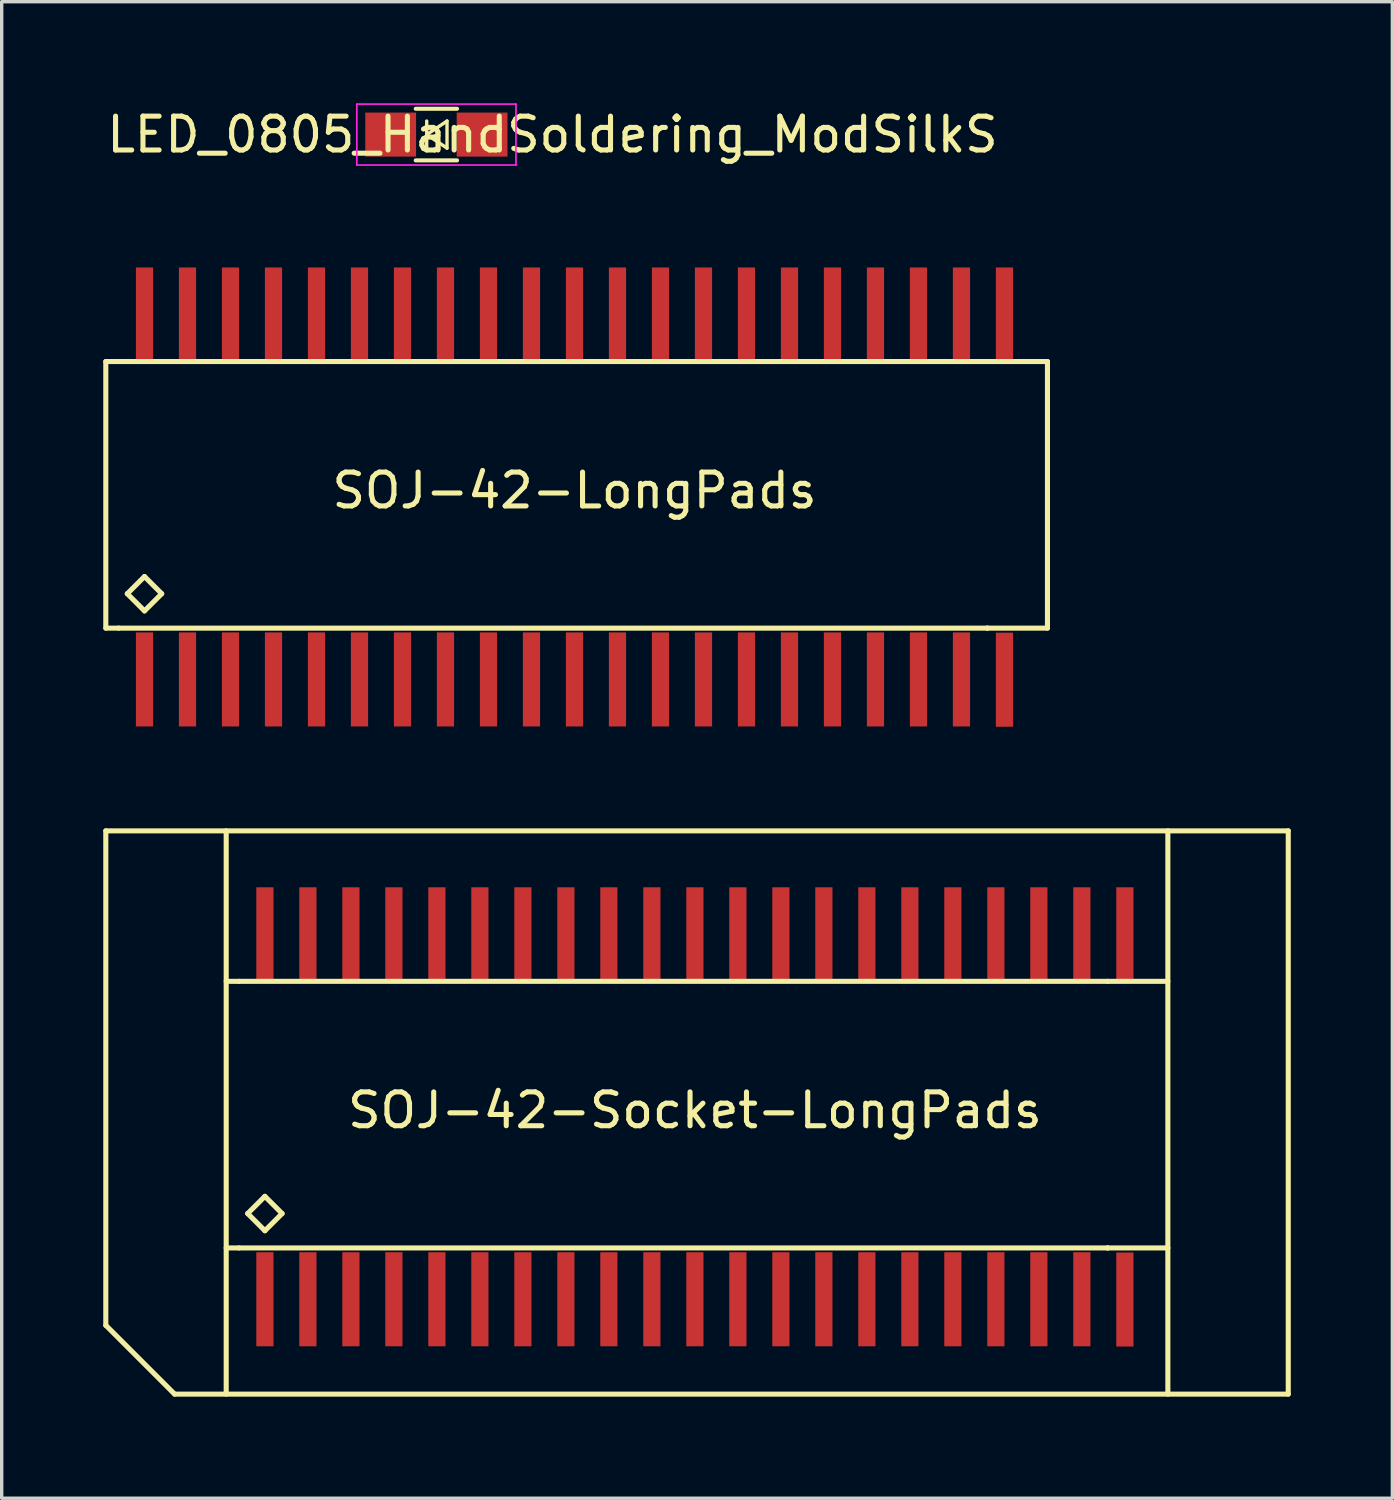
<source format=kicad_pcb>
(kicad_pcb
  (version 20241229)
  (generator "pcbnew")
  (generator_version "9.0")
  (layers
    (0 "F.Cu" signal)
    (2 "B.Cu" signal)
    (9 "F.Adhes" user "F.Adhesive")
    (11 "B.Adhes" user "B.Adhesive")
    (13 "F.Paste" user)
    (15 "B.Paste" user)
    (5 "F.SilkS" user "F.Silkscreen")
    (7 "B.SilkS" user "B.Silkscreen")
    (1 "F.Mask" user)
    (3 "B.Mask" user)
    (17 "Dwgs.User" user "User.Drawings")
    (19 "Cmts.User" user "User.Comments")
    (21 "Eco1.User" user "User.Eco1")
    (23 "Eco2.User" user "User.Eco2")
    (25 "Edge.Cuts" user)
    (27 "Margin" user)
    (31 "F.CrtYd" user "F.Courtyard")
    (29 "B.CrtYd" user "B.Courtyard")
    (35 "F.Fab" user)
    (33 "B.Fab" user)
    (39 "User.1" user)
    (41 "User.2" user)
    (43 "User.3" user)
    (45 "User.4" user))
  (footprint "SOJ-42-Socket-LongPads"
    (layer "F.Cu")
    (at 17.474 29.745)
    (property "Reference" "SOJ-42-Socket-LongPads" (at 0 0 180) (layer "F.SilkS") (effects (font (size 1 1) (thickness 0.15))))
    (attr smd)
    (fp_line (start -17.399 6.35) (end -17.399 -8.255) (stroke (width 0.15) (type solid)) (layer "F.SilkS"))
    (fp_line (start -15.367 8.382) (end -17.399 6.35) (stroke (width 0.15) (type solid)) (layer "F.SilkS"))
    (fp_line (start -13.843 8.382) (end -13.843 -8.255) (stroke (width 0.15) (type solid)) (layer "F.SilkS"))
    (fp_line (start -13.462 -3.81) (end -13.843 -3.81) (stroke (width 0.15) (type solid)) (layer "F.SilkS"))
    (fp_line (start -13.462 -3.81) (end 12.192 -3.81) (stroke (width 0.15) (type solid)) (layer "F.SilkS"))
    (fp_line (start -13.462 4.064) (end -13.843 4.064) (stroke (width 0.15) (type solid)) (layer "F.SilkS"))
    (fp_line (start -13.208 3.048) (end -12.7 2.54) (stroke (width 0.15) (type solid)) (layer "F.SilkS"))
    (fp_line (start -12.7 2.54) (end -12.192 3.048) (stroke (width 0.15) (type solid)) (layer "F.SilkS"))
    (fp_line (start -12.7 3.556) (end -13.208 3.048) (stroke (width 0.15) (type solid)) (layer "F.SilkS"))
    (fp_line (start -12.192 3.048) (end -12.7 3.556) (stroke (width 0.15) (type solid)) (layer "F.SilkS"))
    (fp_line (start 12.192 -3.81) (end 13.97 -3.81) (stroke (width 0.15) (type solid)) (layer "F.SilkS"))
    (fp_line (start 12.192 4.064) (end -13.462 4.064) (stroke (width 0.15) (type solid)) (layer "F.SilkS"))
    (fp_line (start 12.192 4.064) (end 12.192 4.064) (stroke (width 0.15) (type solid)) (layer "F.SilkS"))
    (fp_line (start 12.192 4.064) (end 13.97 4.064) (stroke (width 0.15) (type solid)) (layer "F.SilkS"))
    (fp_line (start 13.97 8.382) (end 13.97 -8.255) (stroke (width 0.15) (type solid)) (layer "F.SilkS"))
    (fp_line (start 17.526 -8.255) (end -17.399 -8.255) (stroke (width 0.15) (type solid)) (layer "F.SilkS"))
    (fp_line (start 17.526 -8.255) (end 17.526 8.382) (stroke (width 0.15) (type solid)) (layer "F.SilkS"))
    (fp_line (start 17.526 8.382) (end -15.367 8.382) (stroke (width 0.15) (type solid)) (layer "F.SilkS"))
    (pad "1" smd rect (at -12.7 5.58) (size 0.508 2.778) (layers "F.Cu" "F.Mask" "F.Paste"))
    (pad "2" smd rect (at -11.43 5.58) (size 0.508 2.778) (layers "F.Cu" "F.Mask" "F.Paste"))
    (pad "3" smd rect (at -10.16 5.58) (size 0.508 2.778) (layers "F.Cu" "F.Mask" "F.Paste"))
    (pad "4" smd rect (at -8.89 5.58) (size 0.508 2.778) (layers "F.Cu" "F.Mask" "F.Paste"))
    (pad "5" smd rect (at -7.62 5.58) (size 0.508 2.778) (layers "F.Cu" "F.Mask" "F.Paste"))
    (pad "6" smd rect (at -6.35 5.58) (size 0.508 2.778) (layers "F.Cu" "F.Mask" "F.Paste"))
    (pad "7" smd rect (at -5.08 5.58) (size 0.508 2.778) (layers "F.Cu" "F.Mask" "F.Paste"))
    (pad "8" smd rect (at -3.81 5.58) (size 0.508 2.778) (layers "F.Cu" "F.Mask" "F.Paste"))
    (pad "9" smd rect (at -2.54 5.58) (size 0.508 2.778) (layers "F.Cu" "F.Mask" "F.Paste"))
    (pad "10" smd rect (at -1.27 5.58) (size 0.508 2.778) (layers "F.Cu" "F.Mask" "F.Paste"))
    (pad "11" smd rect (at 0 5.58) (size 0.508 2.778) (layers "F.Cu" "F.Mask" "F.Paste"))
    (pad "12" smd rect (at 1.27 5.58) (size 0.508 2.778) (layers "F.Cu" "F.Mask" "F.Paste"))
    (pad "13" smd rect (at 2.54 5.58) (size 0.508 2.778) (layers "F.Cu" "F.Mask" "F.Paste"))
    (pad "14" smd rect (at 3.81 5.58) (size 0.508 2.778) (layers "F.Cu" "F.Mask" "F.Paste"))
    (pad "15" smd rect (at 5.08 5.58) (size 0.508 2.778) (layers "F.Cu" "F.Mask" "F.Paste"))
    (pad "16" smd rect (at 6.35 5.58) (size 0.508 2.778) (layers "F.Cu" "F.Mask" "F.Paste"))
    (pad "17" smd rect (at 7.62 5.58) (size 0.508 2.778) (layers "F.Cu" "F.Mask" "F.Paste"))
    (pad "18" smd rect (at 8.89 5.58) (size 0.508 2.778) (layers "F.Cu" "F.Mask" "F.Paste"))
    (pad "19" smd rect (at 10.16 5.58) (size 0.508 2.778) (layers "F.Cu" "F.Mask" "F.Paste"))
    (pad "20" smd rect (at 11.43 5.58) (size 0.508 2.778) (layers "F.Cu" "F.Mask" "F.Paste"))
    (pad "21" smd rect (at 12.7 5.588) (size 0.508 2.778) (layers "F.Cu" "F.Mask" "F.Paste"))
    (pad "22" smd rect (at 12.7 -5.199) (size 0.508 2.778) (layers "F.Cu" "F.Mask" "F.Paste"))
    (pad "23" smd rect (at 11.43 -5.199) (size 0.508 2.778) (layers "F.Cu" "F.Mask" "F.Paste"))
    (pad "24" smd rect (at 10.16 -5.199) (size 0.508 2.778) (layers "F.Cu" "F.Mask" "F.Paste"))
    (pad "25" smd rect (at 8.89 -5.199) (size 0.508 2.778) (layers "F.Cu" "F.Mask" "F.Paste"))
    (pad "26" smd rect (at 7.62 -5.199) (size 0.508 2.778) (layers "F.Cu" "F.Mask" "F.Paste"))
    (pad "27" smd rect (at 6.35 -5.199) (size 0.508 2.778) (layers "F.Cu" "F.Mask" "F.Paste"))
    (pad "28" smd rect (at 5.08 -5.199) (size 0.508 2.778) (layers "F.Cu" "F.Mask" "F.Paste"))
    (pad "29" smd rect (at 3.81 -5.199) (size 0.508 2.778) (layers "F.Cu" "F.Mask" "F.Paste"))
    (pad "30" smd rect (at 2.54 -5.199) (size 0.508 2.778) (layers "F.Cu" "F.Mask" "F.Paste"))
    (pad "31" smd rect (at 1.27 -5.199) (size 0.508 2.778) (layers "F.Cu" "F.Mask" "F.Paste"))
    (pad "32" smd rect (at 0 -5.199) (size 0.508 2.778) (layers "F.Cu" "F.Mask" "F.Paste"))
    (pad "33" smd rect (at -1.27 -5.199) (size 0.508 2.778) (layers "F.Cu" "F.Mask" "F.Paste"))
    (pad "34" smd rect (at -2.54 -5.199) (size 0.508 2.778) (layers "F.Cu" "F.Mask" "F.Paste"))
    (pad "35" smd rect (at -3.81 -5.199) (size 0.508 2.778) (layers "F.Cu" "F.Mask" "F.Paste"))
    (pad "36" smd rect (at -5.08 -5.199) (size 0.508 2.778) (layers "F.Cu" "F.Mask" "F.Paste"))
    (pad "37" smd rect (at -6.35 -5.199) (size 0.508 2.778) (layers "F.Cu" "F.Mask" "F.Paste"))
    (pad "38" smd rect (at -7.62 -5.199) (size 0.508 2.778) (layers "F.Cu" "F.Mask" "F.Paste"))
    (pad "39" smd rect (at -8.89 -5.199) (size 0.508 2.778) (layers "F.Cu" "F.Mask" "F.Paste"))
    (pad "40" smd rect (at -10.16 -5.199) (size 0.508 2.778) (layers "F.Cu" "F.Mask" "F.Paste"))
    (pad "41" smd rect (at -11.43 -5.199) (size 0.508 2.778) (layers "F.Cu" "F.Mask" "F.Paste"))
    (pad "42" smd rect (at -12.7 -5.199) (size 0.508 2.778) (layers "F.Cu" "F.Mask" "F.Paste")))
  (footprint "SOJ-42-LongPads"
    (layer "F.Cu")
    (at 13.918 11.438)
    (property "Reference" "SOJ-42-LongPads" (at 0 0 180) (layer "F.SilkS") (effects (font (size 1 1) (thickness 0.15))))
    (attr smd)
    (fp_line (start -13.843 4.064) (end -13.843 -3.81) (stroke (width 0.15) (type solid)) (layer "F.SilkS"))
    (fp_line (start -13.462 -3.81) (end -13.843 -3.81) (stroke (width 0.15) (type solid)) (layer "F.SilkS"))
    (fp_line (start -13.462 -3.81) (end 12.192 -3.81) (stroke (width 0.15) (type solid)) (layer "F.SilkS"))
    (fp_line (start -13.462 4.064) (end -13.843 4.064) (stroke (width 0.15) (type solid)) (layer "F.SilkS"))
    (fp_line (start -13.208 3.048) (end -12.7 2.54) (stroke (width 0.15) (type solid)) (layer "F.SilkS"))
    (fp_line (start -12.7 2.54) (end -12.192 3.048) (stroke (width 0.15) (type solid)) (layer "F.SilkS"))
    (fp_line (start -12.7 3.556) (end -13.208 3.048) (stroke (width 0.15) (type solid)) (layer "F.SilkS"))
    (fp_line (start -12.192 3.048) (end -12.7 3.556) (stroke (width 0.15) (type solid)) (layer "F.SilkS"))
    (fp_line (start 12.192 -3.81) (end 13.97 -3.81) (stroke (width 0.15) (type solid)) (layer "F.SilkS"))
    (fp_line (start 12.192 4.064) (end -13.462 4.064) (stroke (width 0.15) (type solid)) (layer "F.SilkS"))
    (fp_line (start 12.192 4.064) (end 12.192 4.064) (stroke (width 0.15) (type solid)) (layer "F.SilkS"))
    (fp_line (start 12.192 4.064) (end 13.97 4.064) (stroke (width 0.15) (type solid)) (layer "F.SilkS"))
    (fp_line (start 13.97 4.064) (end 13.97 -3.81) (stroke (width 0.15) (type solid)) (layer "F.SilkS"))
    (pad "1" smd rect (at -12.7 5.58) (size 0.508 2.778) (layers "F.Cu" "F.Mask" "F.Paste"))
    (pad "2" smd rect (at -11.43 5.58) (size 0.508 2.778) (layers "F.Cu" "F.Mask" "F.Paste"))
    (pad "3" smd rect (at -10.16 5.58) (size 0.508 2.778) (layers "F.Cu" "F.Mask" "F.Paste"))
    (pad "4" smd rect (at -8.89 5.58) (size 0.508 2.778) (layers "F.Cu" "F.Mask" "F.Paste"))
    (pad "5" smd rect (at -7.62 5.58) (size 0.508 2.778) (layers "F.Cu" "F.Mask" "F.Paste"))
    (pad "6" smd rect (at -6.35 5.58) (size 0.508 2.778) (layers "F.Cu" "F.Mask" "F.Paste"))
    (pad "7" smd rect (at -5.08 5.58) (size 0.508 2.778) (layers "F.Cu" "F.Mask" "F.Paste"))
    (pad "8" smd rect (at -3.81 5.58) (size 0.508 2.778) (layers "F.Cu" "F.Mask" "F.Paste"))
    (pad "9" smd rect (at -2.54 5.58) (size 0.508 2.778) (layers "F.Cu" "F.Mask" "F.Paste"))
    (pad "10" smd rect (at -1.27 5.58) (size 0.508 2.778) (layers "F.Cu" "F.Mask" "F.Paste"))
    (pad "11" smd rect (at 0 5.58) (size 0.508 2.778) (layers "F.Cu" "F.Mask" "F.Paste"))
    (pad "12" smd rect (at 1.27 5.58) (size 0.508 2.778) (layers "F.Cu" "F.Mask" "F.Paste"))
    (pad "13" smd rect (at 2.54 5.58) (size 0.508 2.778) (layers "F.Cu" "F.Mask" "F.Paste"))
    (pad "14" smd rect (at 3.81 5.58) (size 0.508 2.778) (layers "F.Cu" "F.Mask" "F.Paste"))
    (pad "15" smd rect (at 5.08 5.58) (size 0.508 2.778) (layers "F.Cu" "F.Mask" "F.Paste"))
    (pad "16" smd rect (at 6.35 5.58) (size 0.508 2.778) (layers "F.Cu" "F.Mask" "F.Paste"))
    (pad "17" smd rect (at 7.62 5.58) (size 0.508 2.778) (layers "F.Cu" "F.Mask" "F.Paste"))
    (pad "18" smd rect (at 8.89 5.58) (size 0.508 2.778) (layers "F.Cu" "F.Mask" "F.Paste"))
    (pad "19" smd rect (at 10.16 5.58) (size 0.508 2.778) (layers "F.Cu" "F.Mask" "F.Paste"))
    (pad "20" smd rect (at 11.43 5.58) (size 0.508 2.778) (layers "F.Cu" "F.Mask" "F.Paste"))
    (pad "21" smd rect (at 12.7 5.588) (size 0.508 2.778) (layers "F.Cu" "F.Mask" "F.Paste"))
    (pad "22" smd rect (at 12.7 -5.199) (size 0.508 2.778) (layers "F.Cu" "F.Mask" "F.Paste"))
    (pad "23" smd rect (at 11.43 -5.199) (size 0.508 2.778) (layers "F.Cu" "F.Mask" "F.Paste"))
    (pad "24" smd rect (at 10.16 -5.199) (size 0.508 2.778) (layers "F.Cu" "F.Mask" "F.Paste"))
    (pad "25" smd rect (at 8.89 -5.199) (size 0.508 2.778) (layers "F.Cu" "F.Mask" "F.Paste"))
    (pad "26" smd rect (at 7.62 -5.199) (size 0.508 2.778) (layers "F.Cu" "F.Mask" "F.Paste"))
    (pad "27" smd rect (at 6.35 -5.199) (size 0.508 2.778) (layers "F.Cu" "F.Mask" "F.Paste"))
    (pad "28" smd rect (at 5.08 -5.199) (size 0.508 2.778) (layers "F.Cu" "F.Mask" "F.Paste"))
    (pad "29" smd rect (at 3.81 -5.199) (size 0.508 2.778) (layers "F.Cu" "F.Mask" "F.Paste"))
    (pad "30" smd rect (at 2.54 -5.199) (size 0.508 2.778) (layers "F.Cu" "F.Mask" "F.Paste"))
    (pad "31" smd rect (at 1.27 -5.199) (size 0.508 2.778) (layers "F.Cu" "F.Mask" "F.Paste"))
    (pad "32" smd rect (at 0 -5.199) (size 0.508 2.778) (layers "F.Cu" "F.Mask" "F.Paste"))
    (pad "33" smd rect (at -1.27 -5.199) (size 0.508 2.778) (layers "F.Cu" "F.Mask" "F.Paste"))
    (pad "34" smd rect (at -2.54 -5.199) (size 0.508 2.778) (layers "F.Cu" "F.Mask" "F.Paste"))
    (pad "35" smd rect (at -3.81 -5.199) (size 0.508 2.778) (layers "F.Cu" "F.Mask" "F.Paste"))
    (pad "36" smd rect (at -5.08 -5.199) (size 0.508 2.778) (layers "F.Cu" "F.Mask" "F.Paste"))
    (pad "37" smd rect (at -6.35 -5.199) (size 0.508 2.778) (layers "F.Cu" "F.Mask" "F.Paste"))
    (pad "38" smd rect (at -7.62 -5.199) (size 0.508 2.778) (layers "F.Cu" "F.Mask" "F.Paste"))
    (pad "39" smd rect (at -8.89 -5.199) (size 0.508 2.778) (layers "F.Cu" "F.Mask" "F.Paste"))
    (pad "40" smd rect (at -10.16 -5.199) (size 0.508 2.778) (layers "F.Cu" "F.Mask" "F.Paste"))
    (pad "41" smd rect (at -11.43 -5.199) (size 0.508 2.778) (layers "F.Cu" "F.Mask" "F.Paste"))
    (pad "42" smd rect (at -12.7 -5.199) (size 0.508 2.778) (layers "F.Cu" "F.Mask" "F.Paste")))
  (footprint "LED_0805_HandSoldering_ModSilkS"
    (layer "F.Cu")
    (at 9.839 0.925)
    (property "Reference" "LED_0805_HandSoldering_ModSilkS" (at 3.429 0 0) (layer "F.SilkS") (effects (font (size 1 1) (thickness 0.15))))
    (attr smd)
    (fp_line (start -0.61 -0.762) (end 0.61 -0.762) (stroke (width 0.12) (type solid)) (layer "F.SilkS"))
    (fp_line (start -0.286 -0.4) (end -0.286 0.4) (stroke (width 0.1) (type solid)) (layer "F.SilkS"))
    (fp_line (start -0.286 0) (end 0.314 -0.4) (stroke (width 0.1) (type solid)) (layer "F.SilkS"))
    (fp_line (start 0.314 -0.4) (end 0.314 0.4) (stroke (width 0.1) (type solid)) (layer "F.SilkS"))
    (fp_line (start 0.314 0.4) (end -0.286 0) (stroke (width 0.1) (type solid)) (layer "F.SilkS"))
    (fp_line (start 0.61 0.762) (end -0.61 0.762) (stroke (width 0.12) (type solid)) (layer "F.SilkS"))
    (fp_line (start -2.35 -0.9) (end -2.35 0.9) (stroke (width 0.05) (type solid)) (layer "F.CrtYd"))
    (fp_line (start -2.35 -0.9) (end 2.35 -0.9) (stroke (width 0.05) (type solid)) (layer "F.CrtYd"))
    (fp_line (start 2.35 0.9) (end -2.35 0.9) (stroke (width 0.05) (type solid)) (layer "F.CrtYd"))
    (fp_line (start 2.35 0.9) (end 2.35 -0.9) (stroke (width 0.05) (type solid)) (layer "F.CrtYd"))
    (pad "1" smd rect (at -1.35 0) (size 1.5 1.3) (layers "F.Cu" "F.Mask"))
    (pad "2" smd rect (at 1.35 0) (size 1.5 1.3) (layers "F.Cu" "F.Mask")))
  (gr_rect
    (start -3 -3)
    (end 38.075 41.202)
    (stroke (width 0.1) (type default))
    (fill no)
    (layer "Edge.Cuts")))
</source>
